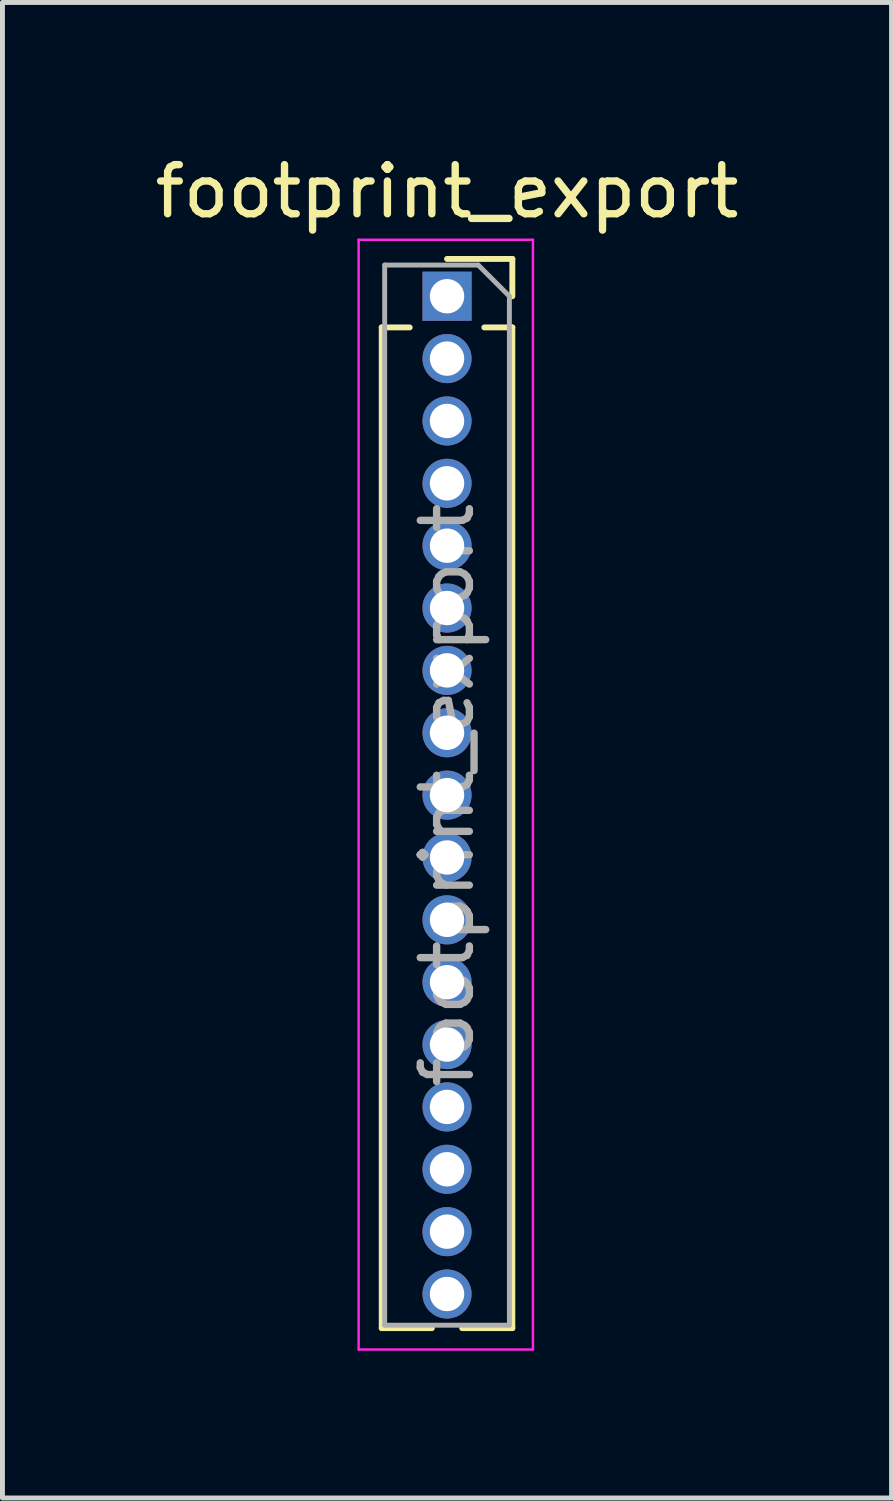
<source format=kicad_pcb>
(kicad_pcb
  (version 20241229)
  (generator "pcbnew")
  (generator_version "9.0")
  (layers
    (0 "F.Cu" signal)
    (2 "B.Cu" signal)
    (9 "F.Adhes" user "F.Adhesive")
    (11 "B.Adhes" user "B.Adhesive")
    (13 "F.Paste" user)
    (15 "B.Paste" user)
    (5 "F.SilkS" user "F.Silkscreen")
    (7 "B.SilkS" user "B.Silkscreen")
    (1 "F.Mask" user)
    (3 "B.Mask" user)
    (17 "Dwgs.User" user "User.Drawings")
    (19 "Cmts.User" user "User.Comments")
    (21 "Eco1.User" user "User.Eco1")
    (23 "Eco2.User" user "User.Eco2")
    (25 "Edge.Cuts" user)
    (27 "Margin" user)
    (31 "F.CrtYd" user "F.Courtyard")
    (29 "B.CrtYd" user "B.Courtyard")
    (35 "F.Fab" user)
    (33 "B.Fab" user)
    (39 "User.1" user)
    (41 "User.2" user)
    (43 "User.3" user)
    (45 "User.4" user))
  (footprint "footprint_export"
    (layer "F.Cu")
    (at 6.054 2.983)
    (property "Reference" "footprint_export" (at 0 -2.135 0) (layer "F.SilkS") (effects (font (size 1 1) (thickness 0.15))))
    (attr through_hole)
    (fp_line (start -1.33 0.635) (end -1.33 21.015) (stroke (width 0.12) (type solid)) (layer "F.SilkS"))
    (fp_line (start -1.33 0.635) (end -0.76 0.635) (stroke (width 0.12) (type solid)) (layer "F.SilkS"))
    (fp_line (start -1.33 21.015) (end -0.308 21.015) (stroke (width 0.12) (type solid)) (layer "F.SilkS"))
    (fp_line (start 0 -0.76) (end 1.33 -0.76) (stroke (width 0.12) (type solid)) (layer "F.SilkS"))
    (fp_line (start 0.308 21.015) (end 1.33 21.015) (stroke (width 0.12) (type solid)) (layer "F.SilkS"))
    (fp_line (start 0.76 0.635) (end 1.33 0.635) (stroke (width 0.12) (type solid)) (layer "F.SilkS"))
    (fp_line (start 1.33 -0.76) (end 1.33 0) (stroke (width 0.12) (type solid)) (layer "F.SilkS"))
    (fp_line (start 1.33 0.635) (end 1.33 21.015) (stroke (width 0.12) (type solid)) (layer "F.SilkS"))
    (fp_line (start -1.8 -1.15) (end 1.75 -1.15) (stroke (width 0.05) (type solid)) (layer "F.CrtYd"))
    (fp_line (start -1.8 21.45) (end -1.8 -1.15) (stroke (width 0.05) (type solid)) (layer "F.CrtYd"))
    (fp_line (start 1.75 -1.15) (end 1.75 21.45) (stroke (width 0.05) (type solid)) (layer "F.CrtYd"))
    (fp_line (start 1.75 21.45) (end -1.8 21.45) (stroke (width 0.05) (type solid)) (layer "F.CrtYd"))
    (fp_line (start -1.27 -0.635) (end 0.635 -0.635) (stroke (width 0.1) (type solid)) (layer "F.Fab"))
    (fp_line (start -1.27 20.955) (end -1.27 -0.635) (stroke (width 0.1) (type solid)) (layer "F.Fab"))
    (fp_line (start 0.635 -0.635) (end 1.27 0) (stroke (width 0.1) (type solid)) (layer "F.Fab"))
    (fp_line (start 1.27 0) (end 1.27 20.955) (stroke (width 0.1) (type solid)) (layer "F.Fab"))
    (fp_line (start 1.27 20.955) (end -1.27 20.955) (stroke (width 0.1) (type solid)) (layer "F.Fab"))
    (fp_text user "${REFERENCE}" (at 0 10.16 90) (layer "F.Fab") (effects (font (size 1 1) (thickness 0.15))))
    (pad "1" thru_hole rect (at 0 0) (size 1 1) (drill 0.7) (layers "*.Cu" "*.Mask"))
    (pad "2" thru_hole oval (at 0 1.27) (size 1 1) (drill 0.7) (layers "*.Cu" "*.Mask"))
    (pad "3" thru_hole oval (at 0 2.54) (size 1 1) (drill 0.7) (layers "*.Cu" "*.Mask"))
    (pad "4" thru_hole oval (at 0 3.81) (size 1 1) (drill 0.7) (layers "*.Cu" "*.Mask"))
    (pad "5" thru_hole oval (at 0 5.08) (size 1 1) (drill 0.7) (layers "*.Cu" "*.Mask"))
    (pad "6" thru_hole oval (at 0 6.35) (size 1 1) (drill 0.7) (layers "*.Cu" "*.Mask"))
    (pad "7" thru_hole oval (at 0 7.62) (size 1 1) (drill 0.7) (layers "*.Cu" "*.Mask"))
    (pad "8" thru_hole oval (at 0 8.89) (size 1 1) (drill 0.7) (layers "*.Cu" "*.Mask"))
    (pad "9" thru_hole oval (at 0 10.16) (size 1 1) (drill 0.7) (layers "*.Cu" "*.Mask"))
    (pad "10" thru_hole oval (at 0 11.43) (size 1 1) (drill 0.7) (layers "*.Cu" "*.Mask"))
    (pad "11" thru_hole oval (at 0 12.7) (size 1 1) (drill 0.7) (layers "*.Cu" "*.Mask"))
    (pad "12" thru_hole oval (at 0 13.97) (size 1 1) (drill 0.7) (layers "*.Cu" "*.Mask"))
    (pad "13" thru_hole oval (at 0 15.24) (size 1 1) (drill 0.7) (layers "*.Cu" "*.Mask"))
    (pad "14" thru_hole oval (at 0 16.51) (size 1 1) (drill 0.7) (layers "*.Cu" "*.Mask"))
    (pad "15" thru_hole oval (at 0 17.78) (size 1 1) (drill 0.7) (layers "*.Cu" "*.Mask"))
    (pad "16" thru_hole oval (at 0 19.05) (size 1 1) (drill 0.7) (layers "*.Cu" "*.Mask"))
    (pad "17" thru_hole oval (at 0 20.32) (size 1 1) (drill 0.7) (layers "*.Cu" "*.Mask")))
  (gr_rect
    (start -3 -3)
    (end 15.107 27.458)
    (stroke (width 0.1) (type default))
    (fill no)
    (layer "Edge.Cuts")))
</source>
